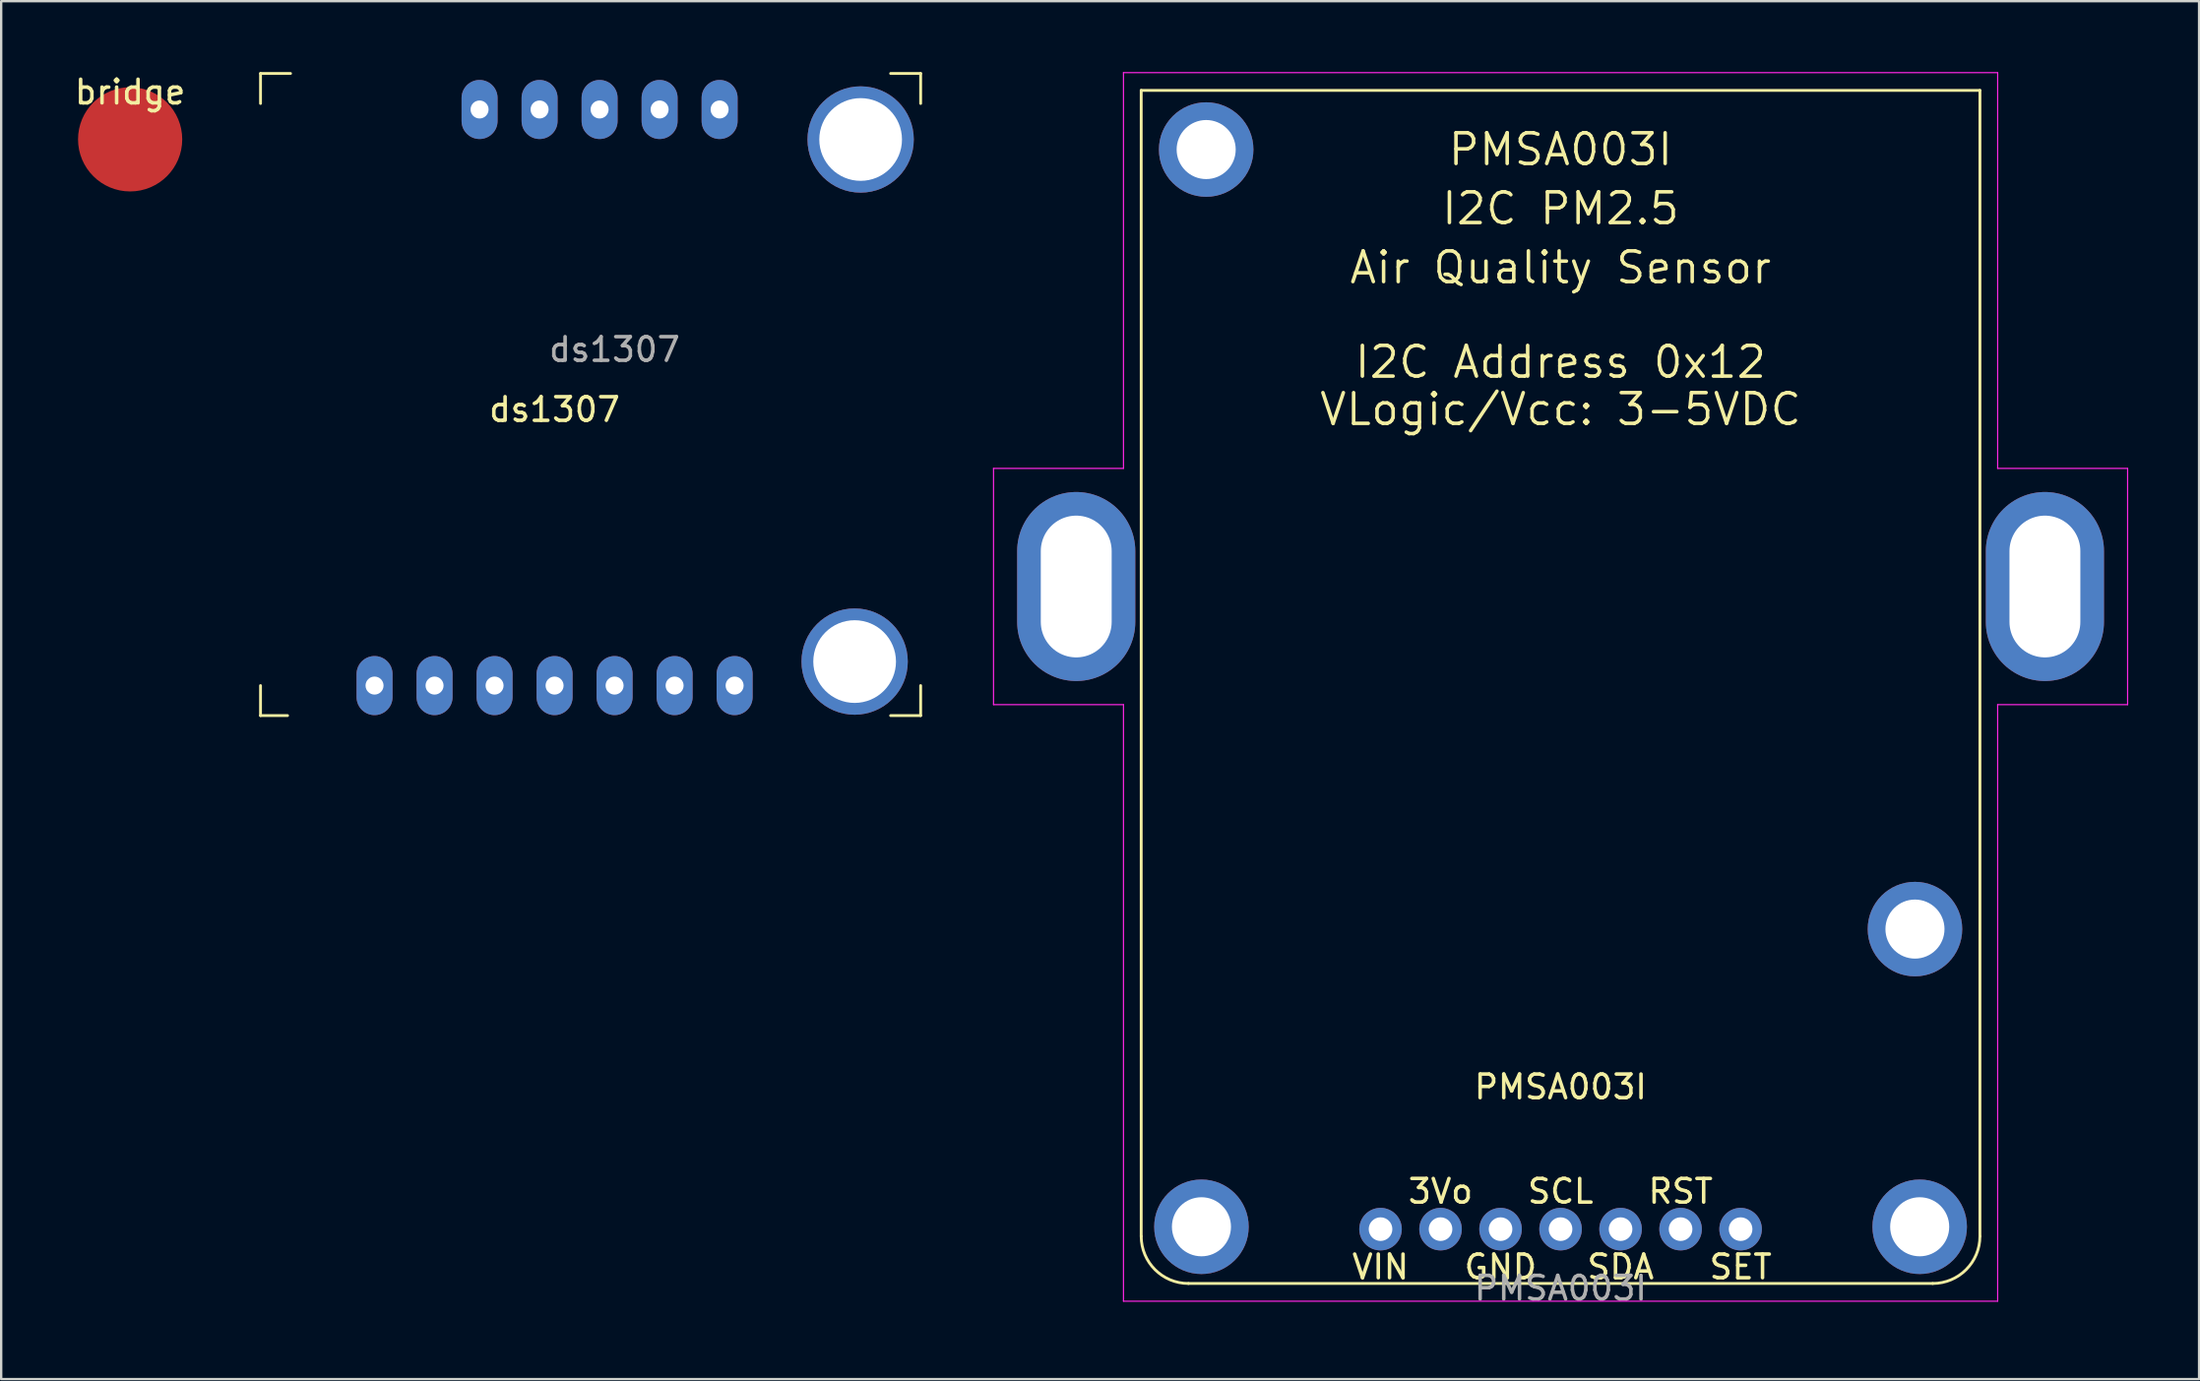
<source format=kicad_pcb>
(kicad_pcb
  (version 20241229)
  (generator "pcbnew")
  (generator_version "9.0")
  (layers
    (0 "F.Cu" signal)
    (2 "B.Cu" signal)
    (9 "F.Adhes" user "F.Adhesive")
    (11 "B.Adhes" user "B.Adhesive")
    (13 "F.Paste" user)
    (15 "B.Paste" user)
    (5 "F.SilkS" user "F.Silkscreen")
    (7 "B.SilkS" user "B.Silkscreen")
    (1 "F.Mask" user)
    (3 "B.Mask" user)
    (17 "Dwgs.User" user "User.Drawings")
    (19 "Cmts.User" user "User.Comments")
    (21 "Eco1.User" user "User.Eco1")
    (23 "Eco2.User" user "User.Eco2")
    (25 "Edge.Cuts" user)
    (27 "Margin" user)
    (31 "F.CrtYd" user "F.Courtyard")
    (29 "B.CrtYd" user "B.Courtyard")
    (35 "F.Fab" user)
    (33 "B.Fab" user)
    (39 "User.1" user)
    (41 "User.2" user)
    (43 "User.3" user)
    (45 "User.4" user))
  (footprint "bridge"
    (layer "F.Cu")
    (at 2.458 2.848)
    (property "Reference" "bridge" (at 0 -2 0) (layer "F.SilkS") (effects (font (size 1 1) (thickness 0.15))))
    (attr exclude_from_pos_files exclude_from_bom allow_missing_courtyard)
    (fp_circle (center 0 0) (end 2.2 0) (stroke (width 0.01) (type solid)) (fill yes) (layer "F.Cu")))
  (footprint "ds1307"
    (layer "F.Cu")
    (at 21.058 11.998)
    (property "Reference" "ds1307" (at -0.635 2.286 0) (unlocked yes) (layer "F.SilkS") (effects (font (size 1 1) (thickness 0.15))))
    (attr through_hole)
    (fp_line (start -13.081 -11.938) (end -13.081 -10.668) (stroke (width 0.12) (type default)) (layer "F.SilkS"))
    (fp_line (start -13.081 -11.938) (end -11.811 -11.938) (stroke (width 0.12) (type default)) (layer "F.SilkS"))
    (fp_line (start -13.081 13.97) (end -13.081 15.24) (stroke (width 0.12) (type default)) (layer "F.SilkS"))
    (fp_line (start -13.081 15.24) (end -11.938 15.24) (stroke (width 0.12) (type default)) (layer "F.SilkS"))
    (fp_line (start 14.859 -11.938) (end 13.589 -11.938) (stroke (width 0.12) (type default)) (layer "F.SilkS"))
    (fp_line (start 14.859 -11.938) (end 14.859 -10.668) (stroke (width 0.12) (type default)) (layer "F.SilkS"))
    (fp_line (start 14.859 15.24) (end 13.589 15.24) (stroke (width 0.12) (type default)) (layer "F.SilkS"))
    (fp_line (start 14.859 15.24) (end 14.859 13.97) (stroke (width 0.12) (type default)) (layer "F.SilkS"))
    (fp_text user "${REFERENCE}" (at 1.905 -0.254 0) (unlocked yes) (layer "F.Fab") (effects (font (size 1 1) (thickness 0.15))))
    (pad "A1" thru_hole oval (at 6.985 13.97 90) (size 2.5 1.524) (drill 0.762) (layers "*.Cu" "*.Mask"))
    (pad "A2" thru_hole oval (at 4.445 13.97 90) (size 2.5 1.524) (drill 0.762) (layers "*.Cu" "*.Mask"))
    (pad "A3" thru_hole oval (at 1.905 13.97 90) (size 2.5 1.524) (drill 0.762) (layers "*.Cu" "*.Mask"))
    (pad "A4" thru_hole oval (at -0.635 13.97 90) (size 2.5 1.524) (drill 0.762) (layers "*.Cu" "*.Mask"))
    (pad "A5" thru_hole oval (at -3.175 13.97 90) (size 2.5 1.524) (drill 0.762) (layers "*.Cu" "*.Mask"))
    (pad "A6" thru_hole oval (at -5.715 13.97 90) (size 2.5 1.524) (drill 0.762) (layers "*.Cu" "*.Mask"))
    (pad "A7" thru_hole oval (at -8.255 13.97 90) (size 2.5 1.524) (drill 0.762) (layers "*.Cu" "*.Mask"))
    (pad "B1" thru_hole oval (at 6.35 -10.414 90) (size 2.5 1.524) (drill 0.762) (layers "*.Cu" "*.Mask"))
    (pad "B2" thru_hole oval (at 3.81 -10.414 90) (size 2.5 1.524) (drill 0.762) (layers "*.Cu" "*.Mask"))
    (pad "B3" thru_hole oval (at 1.27 -10.414 90) (size 2.5 1.524) (drill 0.762) (layers "*.Cu" "*.Mask"))
    (pad "B4" thru_hole oval (at -1.27 -10.414 90) (size 2.5 1.524) (drill 0.762) (layers "*.Cu" "*.Mask"))
    (pad "B5" thru_hole oval (at -3.81 -10.414 90) (size 2.5 1.524) (drill 0.762) (layers "*.Cu" "*.Mask"))
    (pad "M1" thru_hole circle (at 12.065 12.954 90) (size 4.5 4.5) (drill 3.5) (layers "*.Cu" "*.Mask"))
    (pad "M2" thru_hole circle (at 12.319 -9.144 90) (size 4.5 4.5) (drill 3.5) (layers "*.Cu" "*.Mask")))
  (footprint "PMSA003I"
    (layer "F.Cu")
    (at 63.002 48.975)
    (property "Reference" "PMSA003I" (at 0 -6.02 0) (unlocked yes) (layer "F.SilkS") (effects (font (size 1 1) (thickness 0.15))))
    (attr through_hole)
    (fp_line (start -17.75 -48.2) (end -17.75 0.3) (stroke (width 0.12) (type default)) (layer "F.SilkS"))
    (fp_line (start -15.75 2.3) (end 15.75 2.3) (stroke (width 0.12) (type default)) (layer "F.SilkS"))
    (fp_line (start 17.75 -48.2) (end -17.75 -48.2) (stroke (width 0.12) (type default)) (layer "F.SilkS"))
    (fp_line (start 17.75 0.3) (end 17.75 -48.2) (stroke (width 0.12) (type default)) (layer "F.SilkS"))
    (fp_arc (start -15.75 2.3) (mid -17.164214 1.714214) (end -17.75 0.3) (stroke (width 0.12) (type default)) (layer "F.SilkS"))
    (fp_arc (start 17.75 0.3) (mid 17.164214 1.714214) (end 15.75 2.3) (stroke (width 0.12) (type default)) (layer "F.SilkS"))
    (fp_line (start -24 -32.2) (end -24 -22.2) (stroke (width 0.05) (type default)) (layer "F.CrtYd"))
    (fp_line (start -24 -32.2) (end -18.5 -32.2) (stroke (width 0.05) (type default)) (layer "F.CrtYd"))
    (fp_line (start -18.5 -48.95) (end -18.5 -32.2) (stroke (width 0.05) (type default)) (layer "F.CrtYd"))
    (fp_line (start -18.5 -48.95) (end 18.5 -48.95) (stroke (width 0.05) (type default)) (layer "F.CrtYd"))
    (fp_line (start -18.5 -22.2) (end -24 -22.2) (stroke (width 0.05) (type default)) (layer "F.CrtYd"))
    (fp_line (start -18.5 3.05) (end -18.5 -22.2) (stroke (width 0.05) (type default)) (layer "F.CrtYd"))
    (fp_line (start 18.5 -48.95) (end 18.5 -32.2) (stroke (width 0.05) (type default)) (layer "F.CrtYd"))
    (fp_line (start 18.5 -32.2) (end 24 -32.2) (stroke (width 0.05) (type default)) (layer "F.CrtYd"))
    (fp_line (start 18.5 3.05) (end -18.5 3.05) (stroke (width 0.05) (type default)) (layer "F.CrtYd"))
    (fp_line (start 18.5 3.05) (end 18.5 -22.2) (stroke (width 0.05) (type default)) (layer "F.CrtYd"))
    (fp_line (start 24 -32.2) (end 24 -22.2) (stroke (width 0.05) (type default)) (layer "F.CrtYd"))
    (fp_line (start 24 -22.2) (end 18.5 -22.2) (stroke (width 0.05) (type default)) (layer "F.CrtYd"))
    (fp_text user "GND" (at -2.54 1.6 0) (unlocked yes) (layer "F.SilkS") (effects (font (size 1 1) (thickness 0.15))))
    (fp_text user "I2C Address 0x12" (at 0 -36.7 0) (unlocked yes) (layer "F.SilkS") (effects (font (size 1.3 1.3) (thickness 0.15))))
    (fp_text user "I2C PM2.5" (at 0 -43.2 0) (unlocked yes) (layer "F.SilkS") (effects (font (size 1.3 1.3) (thickness 0.15))))
    (fp_text user "VIN" (at -7.62 1.6 0) (unlocked yes) (layer "F.SilkS") (effects (font (size 1 1) (thickness 0.15))))
    (fp_text user "SET" (at 7.62 1.6 0) (unlocked yes) (layer "F.SilkS") (effects (font (size 1 1) (thickness 0.15))))
    (fp_text user "RST" (at 5.08 -1.6 0) (unlocked yes) (layer "F.SilkS") (effects (font (size 1 1) (thickness 0.15))))
    (fp_text user "SCL" (at 0 -1.6 0) (unlocked yes) (layer "F.SilkS") (effects (font (size 1 1) (thickness 0.15))))
    (fp_text user "SDA" (at 2.54 1.6 0) (unlocked yes) (layer "F.SilkS") (effects (font (size 1 1) (thickness 0.15))))
    (fp_text user "PMSA003I" (at 0 -45.7 0) (unlocked yes) (layer "F.SilkS") (effects (font (size 1.3 1.3) (thickness 0.15))))
    (fp_text user "VLogic/Vcc: 3-5VDC" (at 0 -34.7 0) (unlocked yes) (layer "F.SilkS") (effects (font (size 1.3 1.3) (thickness 0.15))))
    (fp_text user "Air Quality Sensor" (at 0 -40.7 0) (unlocked yes) (layer "F.SilkS") (effects (font (size 1.3 1.3) (thickness 0.15))))
    (fp_text user "3Vo" (at -5.08 -1.6 0) (unlocked yes) (layer "F.SilkS") (effects (font (size 1 1) (thickness 0.15))))
    (fp_text user "${REFERENCE}" (at 0 2.5 0) (unlocked yes) (layer "F.Fab") (effects (font (size 1 1) (thickness 0.15))))
    (pad "" np_thru_hole oval (at -20.5 -27.2) (size 5 8) (drill oval 3 6) (layers "*.Cu" "*.Mask"))
    (pad "" np_thru_hole oval (at 20.5 -27.2) (size 5 8) (drill oval 3 6) (layers "*.Cu" "*.Mask"))
    (pad "1" thru_hole circle (at -7.62 0) (size 1.8 1.8) (drill 1) (layers "*.Cu" "*.Mask"))
    (pad "2" thru_hole circle (at -5.08 0) (size 1.8 1.8) (drill 1) (layers "*.Cu" "*.Mask"))
    (pad "3" thru_hole circle (at -15.2 -0.1) (size 4 4) (drill 2.5) (layers "*.Cu" "*.Mask"))
    (pad "3" thru_hole circle (at -15 -45.695) (size 4 4) (drill 2.5) (layers "*.Cu" "*.Mask"))
    (pad "3" thru_hole circle (at -2.54 0) (size 1.8 1.8) (drill 1) (layers "*.Cu" "*.Mask"))
    (pad "3" thru_hole circle (at 15 -12.7) (size 4 4) (drill 2.5) (layers "*.Cu" "*.Mask"))
    (pad "3" thru_hole circle (at 15.2 -0.1) (size 4 4) (drill 2.5) (layers "*.Cu" "*.Mask"))
    (pad "4" thru_hole circle (at 0 0) (size 1.8 1.8) (drill 1) (layers "*.Cu" "*.Mask"))
    (pad "5" thru_hole circle (at 2.54 0) (size 1.8 1.8) (drill 1) (layers "*.Cu" "*.Mask"))
    (pad "6" thru_hole circle (at 5.08 0) (size 1.8 1.8) (drill 1) (layers "*.Cu" "*.Mask"))
    (pad "7" thru_hole circle (at 7.62 0) (size 1.8 1.8) (drill 1) (layers "*.Cu" "*.Mask")))
  (gr_rect
    (start -3 -3)
    (end 90.027 55.323)
    (stroke (width 0.1) (type default))
    (fill no)
    (layer "Edge.Cuts")))
</source>
